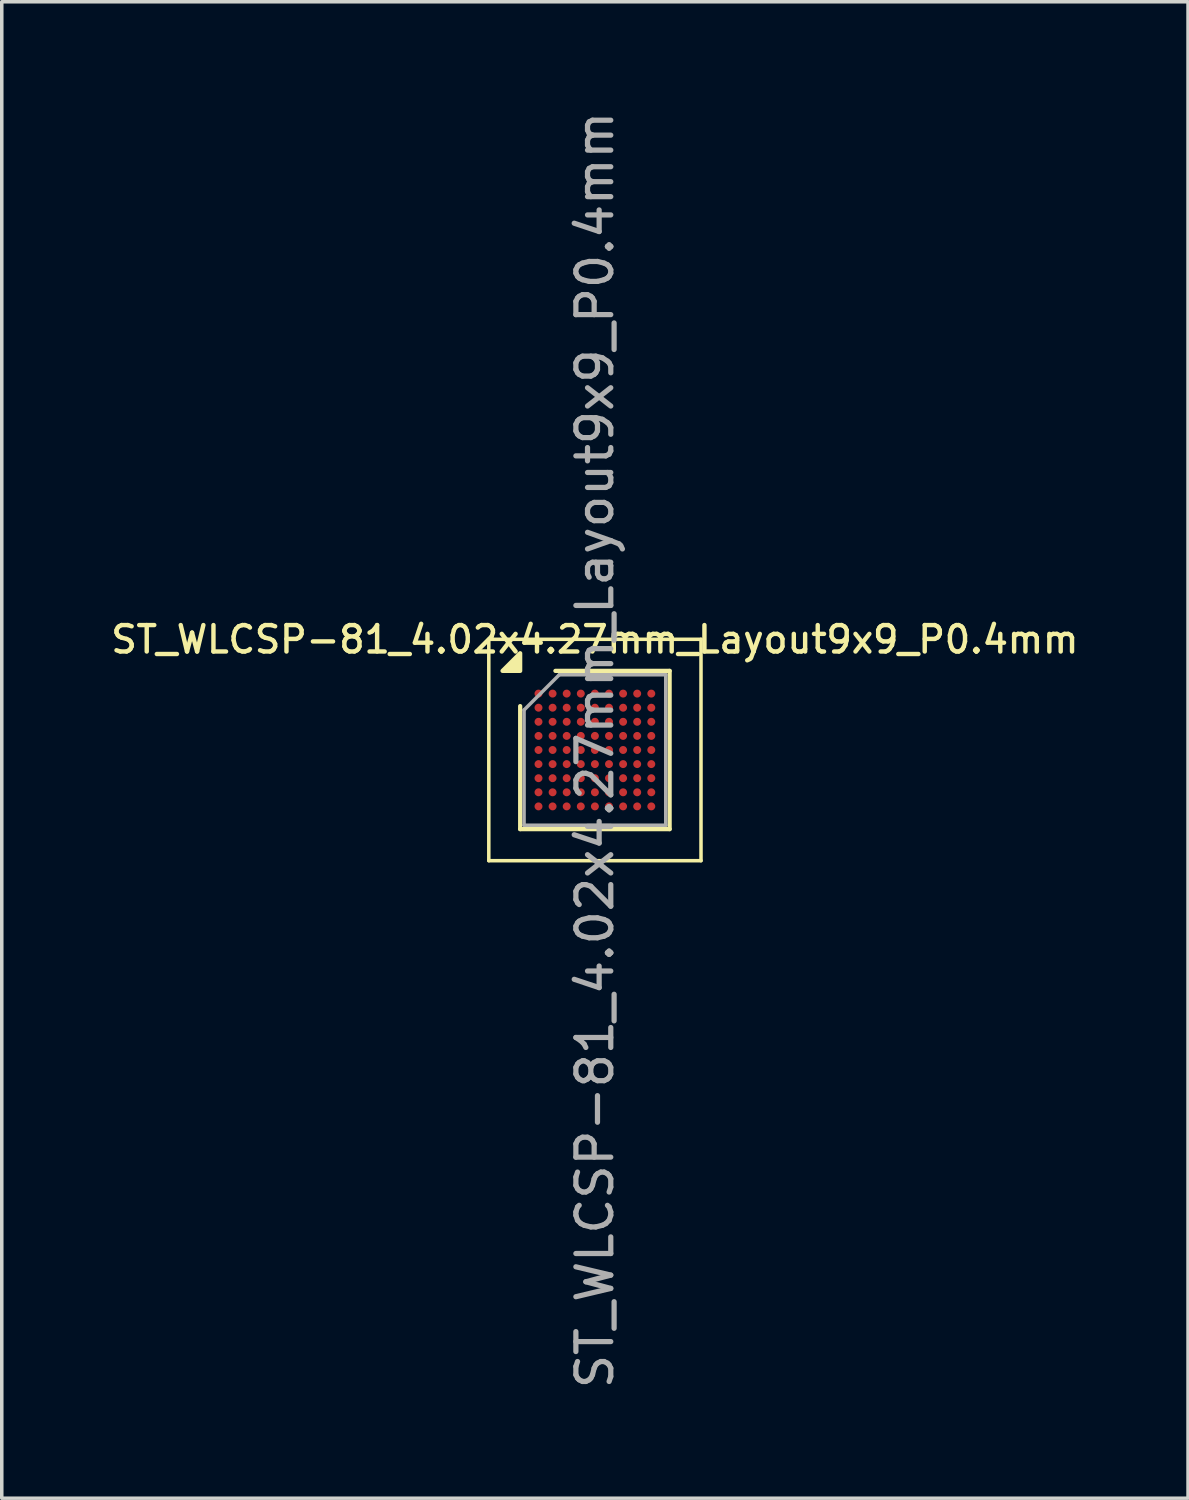
<source format=kicad_pcb>
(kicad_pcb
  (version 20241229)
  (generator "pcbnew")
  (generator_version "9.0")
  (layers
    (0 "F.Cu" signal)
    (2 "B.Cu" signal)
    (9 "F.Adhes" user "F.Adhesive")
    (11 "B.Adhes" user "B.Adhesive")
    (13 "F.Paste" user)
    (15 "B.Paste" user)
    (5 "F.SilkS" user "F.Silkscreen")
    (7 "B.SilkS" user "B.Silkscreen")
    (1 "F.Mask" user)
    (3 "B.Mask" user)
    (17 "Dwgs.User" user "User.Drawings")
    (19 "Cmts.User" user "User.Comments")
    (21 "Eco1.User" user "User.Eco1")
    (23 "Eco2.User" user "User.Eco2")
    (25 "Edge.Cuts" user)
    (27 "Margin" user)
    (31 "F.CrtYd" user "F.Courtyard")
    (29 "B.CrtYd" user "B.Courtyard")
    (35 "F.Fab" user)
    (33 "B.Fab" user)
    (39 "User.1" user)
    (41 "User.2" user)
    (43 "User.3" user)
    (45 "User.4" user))
  (footprint "ST_WLCSP-81_4.02x4.27mm_Layout9x9_P0.4mm"
    (layer "F.Cu")
    (at 13.827 18.227)
    (property "Reference" "ST_WLCSP-81_4.02x4.27mm_Layout9x9_P0.4mm" (at 0 -3.135 0) (layer "F.SilkS") (effects (font (size 0.75 0.75) (thickness 0.125))))
    (attr smd)
    (fp_line (start -3.01 -3.14) (end -3.01 3.14) (stroke (width 0.1) (type solid)) (layer "F.SilkS"))
    (fp_line (start -3.01 3.14) (end 3.01 3.14) (stroke (width 0.1) (type solid)) (layer "F.SilkS"))
    (fp_line (start -2.12 2.245) (end -2.12 -1.245) (stroke (width 0.12) (type solid)) (layer "F.SilkS"))
    (fp_line (start -1.12 -2.245) (end 2.12 -2.245) (stroke (width 0.12) (type solid)) (layer "F.SilkS"))
    (fp_line (start 2.12 -2.245) (end 2.12 2.245) (stroke (width 0.12) (type solid)) (layer "F.SilkS"))
    (fp_line (start 2.12 2.245) (end -2.12 2.245) (stroke (width 0.12) (type solid)) (layer "F.SilkS"))
    (fp_line (start 3.01 -3.14) (end -3.01 -3.14) (stroke (width 0.1) (type solid)) (layer "F.SilkS"))
    (fp_line (start 3.01 3.14) (end 3.01 -3.14) (stroke (width 0.1) (type solid)) (layer "F.SilkS"))
    (fp_poly (pts (xy -2.12 -2.245) (xy -2.62 -2.245) (xy -2.12 -2.745) (xy -2.12 -2.245)) (stroke (width 0.12) (type solid)) (fill yes) (layer "F.SilkS"))
    (fp_line (start -2.01 -1.135) (end -1.01 -2.135) (stroke (width 0.1) (type solid)) (layer "F.Fab"))
    (fp_line (start -2.01 2.135) (end -2.01 -1.135) (stroke (width 0.1) (type solid)) (layer "F.Fab"))
    (fp_line (start -1.01 -2.135) (end 2.01 -2.135) (stroke (width 0.1) (type solid)) (layer "F.Fab"))
    (fp_line (start 2.01 -2.135) (end 2.01 2.135) (stroke (width 0.1) (type solid)) (layer "F.Fab"))
    (fp_line (start 2.01 2.135) (end -2.01 2.135) (stroke (width 0.1) (type solid)) (layer "F.Fab"))
    (fp_text user "${REFERENCE}" (at 0 0 270) (layer "F.Fab") (effects (font (size 0.99 0.99) (thickness 0.148))))
    (pad "A1" smd circle (at -1.6 -1.6) (size 0.225 0.225) (property pad_prop_bga) (layers "F.Cu" "F.Mask" "F.Paste"))
    (pad "A2" smd circle (at -1.2 -1.6) (size 0.225 0.225) (property pad_prop_bga) (layers "F.Cu" "F.Mask" "F.Paste"))
    (pad "A3" smd circle (at -0.8 -1.6) (size 0.225 0.225) (property pad_prop_bga) (layers "F.Cu" "F.Mask" "F.Paste"))
    (pad "A4" smd circle (at -0.4 -1.6) (size 0.225 0.225) (property pad_prop_bga) (layers "F.Cu" "F.Mask" "F.Paste"))
    (pad "A5" smd circle (at 0 -1.6) (size 0.225 0.225) (property pad_prop_bga) (layers "F.Cu" "F.Mask" "F.Paste"))
    (pad "A6" smd circle (at 0.4 -1.6) (size 0.225 0.225) (property pad_prop_bga) (layers "F.Cu" "F.Mask" "F.Paste"))
    (pad "A7" smd circle (at 0.8 -1.6) (size 0.225 0.225) (property pad_prop_bga) (layers "F.Cu" "F.Mask" "F.Paste"))
    (pad "A8" smd circle (at 1.2 -1.6) (size 0.225 0.225) (property pad_prop_bga) (layers "F.Cu" "F.Mask" "F.Paste"))
    (pad "A9" smd circle (at 1.6 -1.6) (size 0.225 0.225) (property pad_prop_bga) (layers "F.Cu" "F.Mask" "F.Paste"))
    (pad "B1" smd circle (at -1.6 -1.2) (size 0.225 0.225) (property pad_prop_bga) (layers "F.Cu" "F.Mask" "F.Paste"))
    (pad "B2" smd circle (at -1.2 -1.2) (size 0.225 0.225) (property pad_prop_bga) (layers "F.Cu" "F.Mask" "F.Paste"))
    (pad "B3" smd circle (at -0.8 -1.2) (size 0.225 0.225) (property pad_prop_bga) (layers "F.Cu" "F.Mask" "F.Paste"))
    (pad "B4" smd circle (at -0.4 -1.2) (size 0.225 0.225) (property pad_prop_bga) (layers "F.Cu" "F.Mask" "F.Paste"))
    (pad "B5" smd circle (at 0 -1.2) (size 0.225 0.225) (property pad_prop_bga) (layers "F.Cu" "F.Mask" "F.Paste"))
    (pad "B6" smd circle (at 0.4 -1.2) (size 0.225 0.225) (property pad_prop_bga) (layers "F.Cu" "F.Mask" "F.Paste"))
    (pad "B7" smd circle (at 0.8 -1.2) (size 0.225 0.225) (property pad_prop_bga) (layers "F.Cu" "F.Mask" "F.Paste"))
    (pad "B8" smd circle (at 1.2 -1.2) (size 0.225 0.225) (property pad_prop_bga) (layers "F.Cu" "F.Mask" "F.Paste"))
    (pad "B9" smd circle (at 1.6 -1.2) (size 0.225 0.225) (property pad_prop_bga) (layers "F.Cu" "F.Mask" "F.Paste"))
    (pad "C1" smd circle (at -1.6 -0.8) (size 0.225 0.225) (property pad_prop_bga) (layers "F.Cu" "F.Mask" "F.Paste"))
    (pad "C2" smd circle (at -1.2 -0.8) (size 0.225 0.225) (property pad_prop_bga) (layers "F.Cu" "F.Mask" "F.Paste"))
    (pad "C3" smd circle (at -0.8 -0.8) (size 0.225 0.225) (property pad_prop_bga) (layers "F.Cu" "F.Mask" "F.Paste"))
    (pad "C4" smd circle (at -0.4 -0.8) (size 0.225 0.225) (property pad_prop_bga) (layers "F.Cu" "F.Mask" "F.Paste"))
    (pad "C5" smd circle (at 0 -0.8) (size 0.225 0.225) (property pad_prop_bga) (layers "F.Cu" "F.Mask" "F.Paste"))
    (pad "C6" smd circle (at 0.4 -0.8) (size 0.225 0.225) (property pad_prop_bga) (layers "F.Cu" "F.Mask" "F.Paste"))
    (pad "C7" smd circle (at 0.8 -0.8) (size 0.225 0.225) (property pad_prop_bga) (layers "F.Cu" "F.Mask" "F.Paste"))
    (pad "C8" smd circle (at 1.2 -0.8) (size 0.225 0.225) (property pad_prop_bga) (layers "F.Cu" "F.Mask" "F.Paste"))
    (pad "C9" smd circle (at 1.6 -0.8) (size 0.225 0.225) (property pad_prop_bga) (layers "F.Cu" "F.Mask" "F.Paste"))
    (pad "D1" smd circle (at -1.6 -0.4) (size 0.225 0.225) (property pad_prop_bga) (layers "F.Cu" "F.Mask" "F.Paste"))
    (pad "D2" smd circle (at -1.2 -0.4) (size 0.225 0.225) (property pad_prop_bga) (layers "F.Cu" "F.Mask" "F.Paste"))
    (pad "D3" smd circle (at -0.8 -0.4) (size 0.225 0.225) (property pad_prop_bga) (layers "F.Cu" "F.Mask" "F.Paste"))
    (pad "D4" smd circle (at -0.4 -0.4) (size 0.225 0.225) (property pad_prop_bga) (layers "F.Cu" "F.Mask" "F.Paste"))
    (pad "D5" smd circle (at 0 -0.4) (size 0.225 0.225) (property pad_prop_bga) (layers "F.Cu" "F.Mask" "F.Paste"))
    (pad "D6" smd circle (at 0.4 -0.4) (size 0.225 0.225) (property pad_prop_bga) (layers "F.Cu" "F.Mask" "F.Paste"))
    (pad "D7" smd circle (at 0.8 -0.4) (size 0.225 0.225) (property pad_prop_bga) (layers "F.Cu" "F.Mask" "F.Paste"))
    (pad "D8" smd circle (at 1.2 -0.4) (size 0.225 0.225) (property pad_prop_bga) (layers "F.Cu" "F.Mask" "F.Paste"))
    (pad "D9" smd circle (at 1.6 -0.4) (size 0.225 0.225) (property pad_prop_bga) (layers "F.Cu" "F.Mask" "F.Paste"))
    (pad "E1" smd circle (at -1.6 0) (size 0.225 0.225) (property pad_prop_bga) (layers "F.Cu" "F.Mask" "F.Paste"))
    (pad "E2" smd circle (at -1.2 0) (size 0.225 0.225) (property pad_prop_bga) (layers "F.Cu" "F.Mask" "F.Paste"))
    (pad "E3" smd circle (at -0.8 0) (size 0.225 0.225) (property pad_prop_bga) (layers "F.Cu" "F.Mask" "F.Paste"))
    (pad "E4" smd circle (at -0.4 0) (size 0.225 0.225) (property pad_prop_bga) (layers "F.Cu" "F.Mask" "F.Paste"))
    (pad "E5" smd circle (at 0 0) (size 0.225 0.225) (property pad_prop_bga) (layers "F.Cu" "F.Mask" "F.Paste"))
    (pad "E6" smd circle (at 0.4 0) (size 0.225 0.225) (property pad_prop_bga) (layers "F.Cu" "F.Mask" "F.Paste"))
    (pad "E7" smd circle (at 0.8 0) (size 0.225 0.225) (property pad_prop_bga) (layers "F.Cu" "F.Mask" "F.Paste"))
    (pad "E8" smd circle (at 1.2 0) (size 0.225 0.225) (property pad_prop_bga) (layers "F.Cu" "F.Mask" "F.Paste"))
    (pad "E9" smd circle (at 1.6 0) (size 0.225 0.225) (property pad_prop_bga) (layers "F.Cu" "F.Mask" "F.Paste"))
    (pad "F1" smd circle (at -1.6 0.4) (size 0.225 0.225) (property pad_prop_bga) (layers "F.Cu" "F.Mask" "F.Paste"))
    (pad "F2" smd circle (at -1.2 0.4) (size 0.225 0.225) (property pad_prop_bga) (layers "F.Cu" "F.Mask" "F.Paste"))
    (pad "F3" smd circle (at -0.8 0.4) (size 0.225 0.225) (property pad_prop_bga) (layers "F.Cu" "F.Mask" "F.Paste"))
    (pad "F4" smd circle (at -0.4 0.4) (size 0.225 0.225) (property pad_prop_bga) (layers "F.Cu" "F.Mask" "F.Paste"))
    (pad "F5" smd circle (at 0 0.4) (size 0.225 0.225) (property pad_prop_bga) (layers "F.Cu" "F.Mask" "F.Paste"))
    (pad "F6" smd circle (at 0.4 0.4) (size 0.225 0.225) (property pad_prop_bga) (layers "F.Cu" "F.Mask" "F.Paste"))
    (pad "F7" smd circle (at 0.8 0.4) (size 0.225 0.225) (property pad_prop_bga) (layers "F.Cu" "F.Mask" "F.Paste"))
    (pad "F8" smd circle (at 1.2 0.4) (size 0.225 0.225) (property pad_prop_bga) (layers "F.Cu" "F.Mask" "F.Paste"))
    (pad "F9" smd circle (at 1.6 0.4) (size 0.225 0.225) (property pad_prop_bga) (layers "F.Cu" "F.Mask" "F.Paste"))
    (pad "G1" smd circle (at -1.6 0.8) (size 0.225 0.225) (property pad_prop_bga) (layers "F.Cu" "F.Mask" "F.Paste"))
    (pad "G2" smd circle (at -1.2 0.8) (size 0.225 0.225) (property pad_prop_bga) (layers "F.Cu" "F.Mask" "F.Paste"))
    (pad "G3" smd circle (at -0.8 0.8) (size 0.225 0.225) (property pad_prop_bga) (layers "F.Cu" "F.Mask" "F.Paste"))
    (pad "G4" smd circle (at -0.4 0.8) (size 0.225 0.225) (property pad_prop_bga) (layers "F.Cu" "F.Mask" "F.Paste"))
    (pad "G5" smd circle (at 0 0.8) (size 0.225 0.225) (property pad_prop_bga) (layers "F.Cu" "F.Mask" "F.Paste"))
    (pad "G6" smd circle (at 0.4 0.8) (size 0.225 0.225) (property pad_prop_bga) (layers "F.Cu" "F.Mask" "F.Paste"))
    (pad "G7" smd circle (at 0.8 0.8) (size 0.225 0.225) (property pad_prop_bga) (layers "F.Cu" "F.Mask" "F.Paste"))
    (pad "G8" smd circle (at 1.2 0.8) (size 0.225 0.225) (property pad_prop_bga) (layers "F.Cu" "F.Mask" "F.Paste"))
    (pad "G9" smd circle (at 1.6 0.8) (size 0.225 0.225) (property pad_prop_bga) (layers "F.Cu" "F.Mask" "F.Paste"))
    (pad "H1" smd circle (at -1.6 1.2) (size 0.225 0.225) (property pad_prop_bga) (layers "F.Cu" "F.Mask" "F.Paste"))
    (pad "H2" smd circle (at -1.2 1.2) (size 0.225 0.225) (property pad_prop_bga) (layers "F.Cu" "F.Mask" "F.Paste"))
    (pad "H3" smd circle (at -0.8 1.2) (size 0.225 0.225) (property pad_prop_bga) (layers "F.Cu" "F.Mask" "F.Paste"))
    (pad "H4" smd circle (at -0.4 1.2) (size 0.225 0.225) (property pad_prop_bga) (layers "F.Cu" "F.Mask" "F.Paste"))
    (pad "H5" smd circle (at 0 1.2) (size 0.225 0.225) (property pad_prop_bga) (layers "F.Cu" "F.Mask" "F.Paste"))
    (pad "H6" smd circle (at 0.4 1.2) (size 0.225 0.225) (property pad_prop_bga) (layers "F.Cu" "F.Mask" "F.Paste"))
    (pad "H7" smd circle (at 0.8 1.2) (size 0.225 0.225) (property pad_prop_bga) (layers "F.Cu" "F.Mask" "F.Paste"))
    (pad "H8" smd circle (at 1.2 1.2) (size 0.225 0.225) (property pad_prop_bga) (layers "F.Cu" "F.Mask" "F.Paste"))
    (pad "H9" smd circle (at 1.6 1.2) (size 0.225 0.225) (property pad_prop_bga) (layers "F.Cu" "F.Mask" "F.Paste"))
    (pad "J1" smd circle (at -1.6 1.6) (size 0.225 0.225) (property pad_prop_bga) (layers "F.Cu" "F.Mask" "F.Paste"))
    (pad "J2" smd circle (at -1.2 1.6) (size 0.225 0.225) (property pad_prop_bga) (layers "F.Cu" "F.Mask" "F.Paste"))
    (pad "J3" smd circle (at -0.8 1.6) (size 0.225 0.225) (property pad_prop_bga) (layers "F.Cu" "F.Mask" "F.Paste"))
    (pad "J4" smd circle (at -0.4 1.6) (size 0.225 0.225) (property pad_prop_bga) (layers "F.Cu" "F.Mask" "F.Paste"))
    (pad "J5" smd circle (at 0 1.6) (size 0.225 0.225) (property pad_prop_bga) (layers "F.Cu" "F.Mask" "F.Paste"))
    (pad "J6" smd circle (at 0.4 1.6) (size 0.225 0.225) (property pad_prop_bga) (layers "F.Cu" "F.Mask" "F.Paste"))
    (pad "J7" smd circle (at 0.8 1.6) (size 0.225 0.225) (property pad_prop_bga) (layers "F.Cu" "F.Mask" "F.Paste"))
    (pad "J8" smd circle (at 1.2 1.6) (size 0.225 0.225) (property pad_prop_bga) (layers "F.Cu" "F.Mask" "F.Paste"))
    (pad "J9" smd circle (at 1.6 1.6) (size 0.225 0.225) (property pad_prop_bga) (layers "F.Cu" "F.Mask" "F.Paste")))
  (gr_rect
    (start -3 -3)
    (end 30.654 39.453)
    (stroke (width 0.1) (type default))
    (fill no)
    (layer "Edge.Cuts")))
</source>
